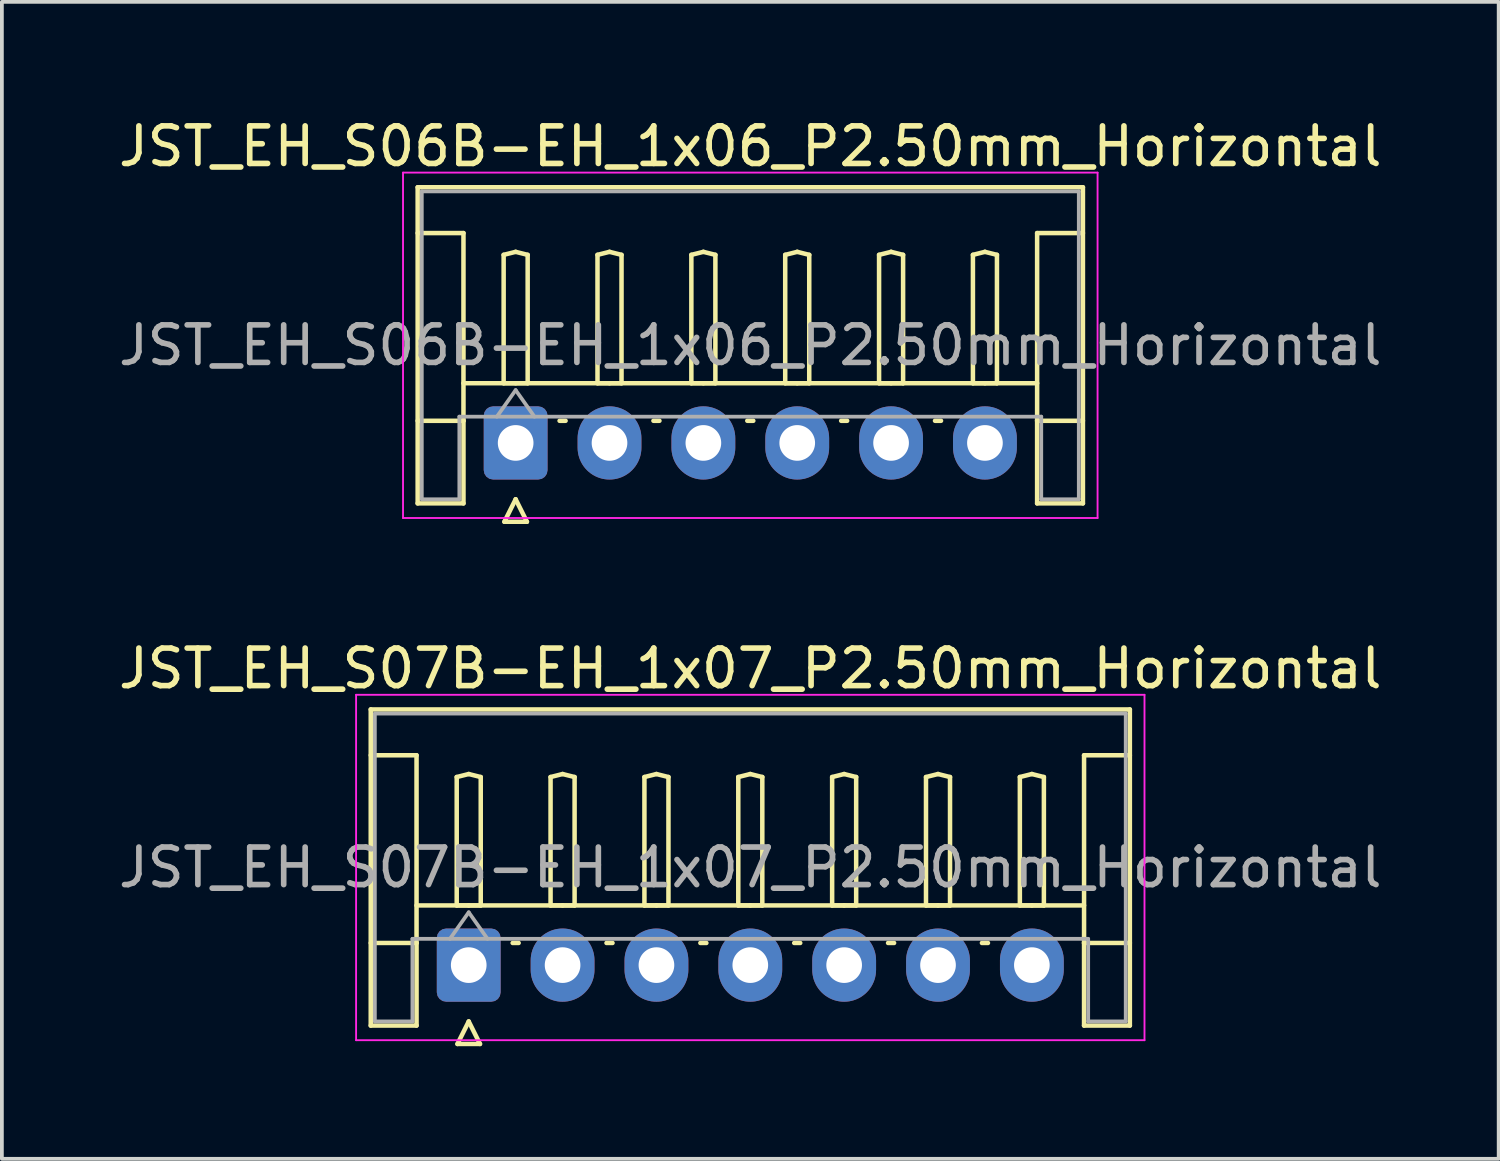
<source format=kicad_pcb>
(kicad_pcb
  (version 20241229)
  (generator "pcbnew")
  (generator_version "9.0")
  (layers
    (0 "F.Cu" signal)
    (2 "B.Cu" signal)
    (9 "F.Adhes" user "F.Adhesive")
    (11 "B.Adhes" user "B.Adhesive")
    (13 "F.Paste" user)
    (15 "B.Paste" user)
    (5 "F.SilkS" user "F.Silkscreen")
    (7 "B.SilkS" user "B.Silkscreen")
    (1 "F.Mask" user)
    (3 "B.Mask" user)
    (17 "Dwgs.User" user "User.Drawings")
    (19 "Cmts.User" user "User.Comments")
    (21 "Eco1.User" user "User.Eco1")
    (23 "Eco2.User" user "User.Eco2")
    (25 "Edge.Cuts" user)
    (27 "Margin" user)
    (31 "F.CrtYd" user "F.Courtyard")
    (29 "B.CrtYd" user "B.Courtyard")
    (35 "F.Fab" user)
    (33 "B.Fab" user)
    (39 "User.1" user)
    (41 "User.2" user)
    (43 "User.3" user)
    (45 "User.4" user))
  (footprint "JST_EH_S06B-EH_1x06_P2.50mm_Horizontal"
    (layer "F.Cu")
    (at 10.685 8.748)
    (property "Reference" "JST_EH_S06B-EH_1x06_P2.50mm_Horizontal" (at 6.25 -7.9 0) (layer "F.SilkS") (effects (font (size 1 1) (thickness 0.15))))
    (attr through_hole)
    (fp_line (start -2.61 -6.81) (end 15.11 -6.81) (stroke (width 0.12) (type solid)) (layer "F.SilkS"))
    (fp_line (start -2.61 -5.59) (end -1.39 -5.59) (stroke (width 0.12) (type solid)) (layer "F.SilkS"))
    (fp_line (start -2.61 1.61) (end -2.61 -6.81) (stroke (width 0.12) (type solid)) (layer "F.SilkS"))
    (fp_line (start -1.39 -5.59) (end -1.39 -0.59) (stroke (width 0.12) (type solid)) (layer "F.SilkS"))
    (fp_line (start -1.39 -1.59) (end 13.89 -1.59) (stroke (width 0.12) (type solid)) (layer "F.SilkS"))
    (fp_line (start -1.39 -0.59) (end -2.61 -0.59) (stroke (width 0.12) (type solid)) (layer "F.SilkS"))
    (fp_line (start -1.39 -0.59) (end -1.39 1.61) (stroke (width 0.12) (type solid)) (layer "F.SilkS"))
    (fp_line (start -1.39 1.61) (end -2.61 1.61) (stroke (width 0.12) (type solid)) (layer "F.SilkS"))
    (fp_line (start -0.32 -5.01) (end 0 -5.09) (stroke (width 0.12) (type solid)) (layer "F.SilkS"))
    (fp_line (start -0.32 -1.59) (end -0.32 -5.01) (stroke (width 0.12) (type solid)) (layer "F.SilkS"))
    (fp_line (start -0.3 2.1) (end 0.3 2.1) (stroke (width 0.12) (type solid)) (layer "F.SilkS"))
    (fp_line (start 0 -5.09) (end 0.32 -5.01) (stroke (width 0.12) (type solid)) (layer "F.SilkS"))
    (fp_line (start 0 -1.59) (end -0.32 -1.59) (stroke (width 0.12) (type solid)) (layer "F.SilkS"))
    (fp_line (start 0 1.5) (end -0.3 2.1) (stroke (width 0.12) (type solid)) (layer "F.SilkS"))
    (fp_line (start 0.3 2.1) (end 0 1.5) (stroke (width 0.12) (type solid)) (layer "F.SilkS"))
    (fp_line (start 0.32 -5.01) (end 0.32 -1.59) (stroke (width 0.12) (type solid)) (layer "F.SilkS"))
    (fp_line (start 0.32 -1.59) (end 0 -1.59) (stroke (width 0.12) (type solid)) (layer "F.SilkS"))
    (fp_line (start 1.17 -0.59) (end 1.33 -0.59) (stroke (width 0.12) (type solid)) (layer "F.SilkS"))
    (fp_line (start 2.18 -5.01) (end 2.5 -5.09) (stroke (width 0.12) (type solid)) (layer "F.SilkS"))
    (fp_line (start 2.18 -1.59) (end 2.18 -5.01) (stroke (width 0.12) (type solid)) (layer "F.SilkS"))
    (fp_line (start 2.5 -5.09) (end 2.82 -5.01) (stroke (width 0.12) (type solid)) (layer "F.SilkS"))
    (fp_line (start 2.5 -1.59) (end 2.18 -1.59) (stroke (width 0.12) (type solid)) (layer "F.SilkS"))
    (fp_line (start 2.82 -5.01) (end 2.82 -1.59) (stroke (width 0.12) (type solid)) (layer "F.SilkS"))
    (fp_line (start 2.82 -1.59) (end 2.5 -1.59) (stroke (width 0.12) (type solid)) (layer "F.SilkS"))
    (fp_line (start 3.67 -0.59) (end 3.83 -0.59) (stroke (width 0.12) (type solid)) (layer "F.SilkS"))
    (fp_line (start 4.68 -5.01) (end 5 -5.09) (stroke (width 0.12) (type solid)) (layer "F.SilkS"))
    (fp_line (start 4.68 -1.59) (end 4.68 -5.01) (stroke (width 0.12) (type solid)) (layer "F.SilkS"))
    (fp_line (start 5 -5.09) (end 5.32 -5.01) (stroke (width 0.12) (type solid)) (layer "F.SilkS"))
    (fp_line (start 5 -1.59) (end 4.68 -1.59) (stroke (width 0.12) (type solid)) (layer "F.SilkS"))
    (fp_line (start 5.32 -5.01) (end 5.32 -1.59) (stroke (width 0.12) (type solid)) (layer "F.SilkS"))
    (fp_line (start 5.32 -1.59) (end 5 -1.59) (stroke (width 0.12) (type solid)) (layer "F.SilkS"))
    (fp_line (start 6.17 -0.59) (end 6.33 -0.59) (stroke (width 0.12) (type solid)) (layer "F.SilkS"))
    (fp_line (start 7.18 -5.01) (end 7.5 -5.09) (stroke (width 0.12) (type solid)) (layer "F.SilkS"))
    (fp_line (start 7.18 -1.59) (end 7.18 -5.01) (stroke (width 0.12) (type solid)) (layer "F.SilkS"))
    (fp_line (start 7.5 -5.09) (end 7.82 -5.01) (stroke (width 0.12) (type solid)) (layer "F.SilkS"))
    (fp_line (start 7.5 -1.59) (end 7.18 -1.59) (stroke (width 0.12) (type solid)) (layer "F.SilkS"))
    (fp_line (start 7.82 -5.01) (end 7.82 -1.59) (stroke (width 0.12) (type solid)) (layer "F.SilkS"))
    (fp_line (start 7.82 -1.59) (end 7.5 -1.59) (stroke (width 0.12) (type solid)) (layer "F.SilkS"))
    (fp_line (start 8.67 -0.59) (end 8.83 -0.59) (stroke (width 0.12) (type solid)) (layer "F.SilkS"))
    (fp_line (start 9.68 -5.01) (end 10 -5.09) (stroke (width 0.12) (type solid)) (layer "F.SilkS"))
    (fp_line (start 9.68 -1.59) (end 9.68 -5.01) (stroke (width 0.12) (type solid)) (layer "F.SilkS"))
    (fp_line (start 10 -5.09) (end 10.32 -5.01) (stroke (width 0.12) (type solid)) (layer "F.SilkS"))
    (fp_line (start 10 -1.59) (end 9.68 -1.59) (stroke (width 0.12) (type solid)) (layer "F.SilkS"))
    (fp_line (start 10.32 -5.01) (end 10.32 -1.59) (stroke (width 0.12) (type solid)) (layer "F.SilkS"))
    (fp_line (start 10.32 -1.59) (end 10 -1.59) (stroke (width 0.12) (type solid)) (layer "F.SilkS"))
    (fp_line (start 11.17 -0.59) (end 11.33 -0.59) (stroke (width 0.12) (type solid)) (layer "F.SilkS"))
    (fp_line (start 12.18 -5.01) (end 12.5 -5.09) (stroke (width 0.12) (type solid)) (layer "F.SilkS"))
    (fp_line (start 12.18 -1.59) (end 12.18 -5.01) (stroke (width 0.12) (type solid)) (layer "F.SilkS"))
    (fp_line (start 12.5 -5.09) (end 12.82 -5.01) (stroke (width 0.12) (type solid)) (layer "F.SilkS"))
    (fp_line (start 12.5 -1.59) (end 12.18 -1.59) (stroke (width 0.12) (type solid)) (layer "F.SilkS"))
    (fp_line (start 12.82 -5.01) (end 12.82 -1.59) (stroke (width 0.12) (type solid)) (layer "F.SilkS"))
    (fp_line (start 12.82 -1.59) (end 12.5 -1.59) (stroke (width 0.12) (type solid)) (layer "F.SilkS"))
    (fp_line (start 13.89 -5.59) (end 13.89 -0.59) (stroke (width 0.12) (type solid)) (layer "F.SilkS"))
    (fp_line (start 13.89 -0.59) (end 15.11 -0.59) (stroke (width 0.12) (type solid)) (layer "F.SilkS"))
    (fp_line (start 13.89 1.61) (end 13.89 -0.59) (stroke (width 0.12) (type solid)) (layer "F.SilkS"))
    (fp_line (start 15.11 -6.81) (end 15.11 1.61) (stroke (width 0.12) (type solid)) (layer "F.SilkS"))
    (fp_line (start 15.11 -5.59) (end 13.89 -5.59) (stroke (width 0.12) (type solid)) (layer "F.SilkS"))
    (fp_line (start 15.11 1.61) (end 13.89 1.61) (stroke (width 0.12) (type solid)) (layer "F.SilkS"))
    (fp_line (start -3 -7.2) (end -3 2) (stroke (width 0.05) (type solid)) (layer "F.CrtYd"))
    (fp_line (start -3 2) (end 15.5 2) (stroke (width 0.05) (type solid)) (layer "F.CrtYd"))
    (fp_line (start 15.5 -7.2) (end -3 -7.2) (stroke (width 0.05) (type solid)) (layer "F.CrtYd"))
    (fp_line (start 15.5 2) (end 15.5 -7.2) (stroke (width 0.05) (type solid)) (layer "F.CrtYd"))
    (fp_line (start -2.5 -6.7) (end 15 -6.7) (stroke (width 0.1) (type solid)) (layer "F.Fab"))
    (fp_line (start -2.5 1.5) (end -2.5 -6.7) (stroke (width 0.1) (type solid)) (layer "F.Fab"))
    (fp_line (start -1.5 -0.7) (end -1.5 1.5) (stroke (width 0.1) (type solid)) (layer "F.Fab"))
    (fp_line (start -1.5 1.5) (end -2.5 1.5) (stroke (width 0.1) (type solid)) (layer "F.Fab"))
    (fp_line (start -0.5 -0.7) (end 0 -1.407) (stroke (width 0.1) (type solid)) (layer "F.Fab"))
    (fp_line (start 0 -1.407) (end 0.5 -0.7) (stroke (width 0.1) (type solid)) (layer "F.Fab"))
    (fp_line (start 14 -0.7) (end -1.5 -0.7) (stroke (width 0.1) (type solid)) (layer "F.Fab"))
    (fp_line (start 14 1.5) (end 14 -0.7) (stroke (width 0.1) (type solid)) (layer "F.Fab"))
    (fp_line (start 15 -6.7) (end 15 1.5) (stroke (width 0.1) (type solid)) (layer "F.Fab"))
    (fp_line (start 15 1.5) (end 14 1.5) (stroke (width 0.1) (type solid)) (layer "F.Fab"))
    (fp_text user "${REFERENCE}" (at 6.25 -2.6 0) (layer "F.Fab") (effects (font (size 1 1) (thickness 0.15))))
    (pad "1" thru_hole roundrect (at 0 0) (size 1.7 1.95) (drill 0.95) (layers "*.Cu" "*.Mask") (roundrect_rratio 0.147))
    (pad "2" thru_hole oval (at 2.5 0) (size 1.7 1.95) (drill 0.95) (layers "*.Cu" "*.Mask"))
    (pad "3" thru_hole oval (at 5 0) (size 1.7 1.95) (drill 0.95) (layers "*.Cu" "*.Mask"))
    (pad "4" thru_hole oval (at 7.5 0) (size 1.7 1.95) (drill 0.95) (layers "*.Cu" "*.Mask"))
    (pad "5" thru_hole oval (at 10 0) (size 1.7 1.95) (drill 0.95) (layers "*.Cu" "*.Mask"))
    (pad "6" thru_hole oval (at 12.5 0) (size 1.7 1.95) (drill 0.95) (layers "*.Cu" "*.Mask")))
  (footprint "JST_EH_S07B-EH_1x07_P2.50mm_Horizontal"
    (layer "F.Cu")
    (at 9.435 22.657)
    (property "Reference" "JST_EH_S07B-EH_1x07_P2.50mm_Horizontal" (at 7.5 -7.9 0) (layer "F.SilkS") (effects (font (size 1 1) (thickness 0.15))))
    (attr through_hole)
    (fp_line (start -2.61 -6.81) (end 17.61 -6.81) (stroke (width 0.12) (type solid)) (layer "F.SilkS"))
    (fp_line (start -2.61 -5.59) (end -1.39 -5.59) (stroke (width 0.12) (type solid)) (layer "F.SilkS"))
    (fp_line (start -2.61 1.61) (end -2.61 -6.81) (stroke (width 0.12) (type solid)) (layer "F.SilkS"))
    (fp_line (start -1.39 -5.59) (end -1.39 -0.59) (stroke (width 0.12) (type solid)) (layer "F.SilkS"))
    (fp_line (start -1.39 -1.59) (end 16.39 -1.59) (stroke (width 0.12) (type solid)) (layer "F.SilkS"))
    (fp_line (start -1.39 -0.59) (end -2.61 -0.59) (stroke (width 0.12) (type solid)) (layer "F.SilkS"))
    (fp_line (start -1.39 -0.59) (end -1.39 1.61) (stroke (width 0.12) (type solid)) (layer "F.SilkS"))
    (fp_line (start -1.39 1.61) (end -2.61 1.61) (stroke (width 0.12) (type solid)) (layer "F.SilkS"))
    (fp_line (start -0.32 -5.01) (end 0 -5.09) (stroke (width 0.12) (type solid)) (layer "F.SilkS"))
    (fp_line (start -0.32 -1.59) (end -0.32 -5.01) (stroke (width 0.12) (type solid)) (layer "F.SilkS"))
    (fp_line (start -0.3 2.1) (end 0.3 2.1) (stroke (width 0.12) (type solid)) (layer "F.SilkS"))
    (fp_line (start 0 -5.09) (end 0.32 -5.01) (stroke (width 0.12) (type solid)) (layer "F.SilkS"))
    (fp_line (start 0 -1.59) (end -0.32 -1.59) (stroke (width 0.12) (type solid)) (layer "F.SilkS"))
    (fp_line (start 0 1.5) (end -0.3 2.1) (stroke (width 0.12) (type solid)) (layer "F.SilkS"))
    (fp_line (start 0.3 2.1) (end 0 1.5) (stroke (width 0.12) (type solid)) (layer "F.SilkS"))
    (fp_line (start 0.32 -5.01) (end 0.32 -1.59) (stroke (width 0.12) (type solid)) (layer "F.SilkS"))
    (fp_line (start 0.32 -1.59) (end 0 -1.59) (stroke (width 0.12) (type solid)) (layer "F.SilkS"))
    (fp_line (start 1.17 -0.59) (end 1.33 -0.59) (stroke (width 0.12) (type solid)) (layer "F.SilkS"))
    (fp_line (start 2.18 -5.01) (end 2.5 -5.09) (stroke (width 0.12) (type solid)) (layer "F.SilkS"))
    (fp_line (start 2.18 -1.59) (end 2.18 -5.01) (stroke (width 0.12) (type solid)) (layer "F.SilkS"))
    (fp_line (start 2.5 -5.09) (end 2.82 -5.01) (stroke (width 0.12) (type solid)) (layer "F.SilkS"))
    (fp_line (start 2.5 -1.59) (end 2.18 -1.59) (stroke (width 0.12) (type solid)) (layer "F.SilkS"))
    (fp_line (start 2.82 -5.01) (end 2.82 -1.59) (stroke (width 0.12) (type solid)) (layer "F.SilkS"))
    (fp_line (start 2.82 -1.59) (end 2.5 -1.59) (stroke (width 0.12) (type solid)) (layer "F.SilkS"))
    (fp_line (start 3.67 -0.59) (end 3.83 -0.59) (stroke (width 0.12) (type solid)) (layer "F.SilkS"))
    (fp_line (start 4.68 -5.01) (end 5 -5.09) (stroke (width 0.12) (type solid)) (layer "F.SilkS"))
    (fp_line (start 4.68 -1.59) (end 4.68 -5.01) (stroke (width 0.12) (type solid)) (layer "F.SilkS"))
    (fp_line (start 5 -5.09) (end 5.32 -5.01) (stroke (width 0.12) (type solid)) (layer "F.SilkS"))
    (fp_line (start 5 -1.59) (end 4.68 -1.59) (stroke (width 0.12) (type solid)) (layer "F.SilkS"))
    (fp_line (start 5.32 -5.01) (end 5.32 -1.59) (stroke (width 0.12) (type solid)) (layer "F.SilkS"))
    (fp_line (start 5.32 -1.59) (end 5 -1.59) (stroke (width 0.12) (type solid)) (layer "F.SilkS"))
    (fp_line (start 6.17 -0.59) (end 6.33 -0.59) (stroke (width 0.12) (type solid)) (layer "F.SilkS"))
    (fp_line (start 7.18 -5.01) (end 7.5 -5.09) (stroke (width 0.12) (type solid)) (layer "F.SilkS"))
    (fp_line (start 7.18 -1.59) (end 7.18 -5.01) (stroke (width 0.12) (type solid)) (layer "F.SilkS"))
    (fp_line (start 7.5 -5.09) (end 7.82 -5.01) (stroke (width 0.12) (type solid)) (layer "F.SilkS"))
    (fp_line (start 7.5 -1.59) (end 7.18 -1.59) (stroke (width 0.12) (type solid)) (layer "F.SilkS"))
    (fp_line (start 7.82 -5.01) (end 7.82 -1.59) (stroke (width 0.12) (type solid)) (layer "F.SilkS"))
    (fp_line (start 7.82 -1.59) (end 7.5 -1.59) (stroke (width 0.12) (type solid)) (layer "F.SilkS"))
    (fp_line (start 8.67 -0.59) (end 8.83 -0.59) (stroke (width 0.12) (type solid)) (layer "F.SilkS"))
    (fp_line (start 9.68 -5.01) (end 10 -5.09) (stroke (width 0.12) (type solid)) (layer "F.SilkS"))
    (fp_line (start 9.68 -1.59) (end 9.68 -5.01) (stroke (width 0.12) (type solid)) (layer "F.SilkS"))
    (fp_line (start 10 -5.09) (end 10.32 -5.01) (stroke (width 0.12) (type solid)) (layer "F.SilkS"))
    (fp_line (start 10 -1.59) (end 9.68 -1.59) (stroke (width 0.12) (type solid)) (layer "F.SilkS"))
    (fp_line (start 10.32 -5.01) (end 10.32 -1.59) (stroke (width 0.12) (type solid)) (layer "F.SilkS"))
    (fp_line (start 10.32 -1.59) (end 10 -1.59) (stroke (width 0.12) (type solid)) (layer "F.SilkS"))
    (fp_line (start 11.17 -0.59) (end 11.33 -0.59) (stroke (width 0.12) (type solid)) (layer "F.SilkS"))
    (fp_line (start 12.18 -5.01) (end 12.5 -5.09) (stroke (width 0.12) (type solid)) (layer "F.SilkS"))
    (fp_line (start 12.18 -1.59) (end 12.18 -5.01) (stroke (width 0.12) (type solid)) (layer "F.SilkS"))
    (fp_line (start 12.5 -5.09) (end 12.82 -5.01) (stroke (width 0.12) (type solid)) (layer "F.SilkS"))
    (fp_line (start 12.5 -1.59) (end 12.18 -1.59) (stroke (width 0.12) (type solid)) (layer "F.SilkS"))
    (fp_line (start 12.82 -5.01) (end 12.82 -1.59) (stroke (width 0.12) (type solid)) (layer "F.SilkS"))
    (fp_line (start 12.82 -1.59) (end 12.5 -1.59) (stroke (width 0.12) (type solid)) (layer "F.SilkS"))
    (fp_line (start 13.67 -0.59) (end 13.83 -0.59) (stroke (width 0.12) (type solid)) (layer "F.SilkS"))
    (fp_line (start 14.68 -5.01) (end 15 -5.09) (stroke (width 0.12) (type solid)) (layer "F.SilkS"))
    (fp_line (start 14.68 -1.59) (end 14.68 -5.01) (stroke (width 0.12) (type solid)) (layer "F.SilkS"))
    (fp_line (start 15 -5.09) (end 15.32 -5.01) (stroke (width 0.12) (type solid)) (layer "F.SilkS"))
    (fp_line (start 15 -1.59) (end 14.68 -1.59) (stroke (width 0.12) (type solid)) (layer "F.SilkS"))
    (fp_line (start 15.32 -5.01) (end 15.32 -1.59) (stroke (width 0.12) (type solid)) (layer "F.SilkS"))
    (fp_line (start 15.32 -1.59) (end 15 -1.59) (stroke (width 0.12) (type solid)) (layer "F.SilkS"))
    (fp_line (start 16.39 -5.59) (end 16.39 -0.59) (stroke (width 0.12) (type solid)) (layer "F.SilkS"))
    (fp_line (start 16.39 -0.59) (end 17.61 -0.59) (stroke (width 0.12) (type solid)) (layer "F.SilkS"))
    (fp_line (start 16.39 1.61) (end 16.39 -0.59) (stroke (width 0.12) (type solid)) (layer "F.SilkS"))
    (fp_line (start 17.61 -6.81) (end 17.61 1.61) (stroke (width 0.12) (type solid)) (layer "F.SilkS"))
    (fp_line (start 17.61 -5.59) (end 16.39 -5.59) (stroke (width 0.12) (type solid)) (layer "F.SilkS"))
    (fp_line (start 17.61 1.61) (end 16.39 1.61) (stroke (width 0.12) (type solid)) (layer "F.SilkS"))
    (fp_line (start -3 -7.2) (end -3 2) (stroke (width 0.05) (type solid)) (layer "F.CrtYd"))
    (fp_line (start -3 2) (end 18 2) (stroke (width 0.05) (type solid)) (layer "F.CrtYd"))
    (fp_line (start 18 -7.2) (end -3 -7.2) (stroke (width 0.05) (type solid)) (layer "F.CrtYd"))
    (fp_line (start 18 2) (end 18 -7.2) (stroke (width 0.05) (type solid)) (layer "F.CrtYd"))
    (fp_line (start -2.5 -6.7) (end 17.5 -6.7) (stroke (width 0.1) (type solid)) (layer "F.Fab"))
    (fp_line (start -2.5 1.5) (end -2.5 -6.7) (stroke (width 0.1) (type solid)) (layer "F.Fab"))
    (fp_line (start -1.5 -0.7) (end -1.5 1.5) (stroke (width 0.1) (type solid)) (layer "F.Fab"))
    (fp_line (start -1.5 1.5) (end -2.5 1.5) (stroke (width 0.1) (type solid)) (layer "F.Fab"))
    (fp_line (start -0.5 -0.7) (end 0 -1.407) (stroke (width 0.1) (type solid)) (layer "F.Fab"))
    (fp_line (start 0 -1.407) (end 0.5 -0.7) (stroke (width 0.1) (type solid)) (layer "F.Fab"))
    (fp_line (start 16.5 -0.7) (end -1.5 -0.7) (stroke (width 0.1) (type solid)) (layer "F.Fab"))
    (fp_line (start 16.5 1.5) (end 16.5 -0.7) (stroke (width 0.1) (type solid)) (layer "F.Fab"))
    (fp_line (start 17.5 -6.7) (end 17.5 1.5) (stroke (width 0.1) (type solid)) (layer "F.Fab"))
    (fp_line (start 17.5 1.5) (end 16.5 1.5) (stroke (width 0.1) (type solid)) (layer "F.Fab"))
    (fp_text user "${REFERENCE}" (at 7.5 -2.6 0) (layer "F.Fab") (effects (font (size 1 1) (thickness 0.15))))
    (pad "1" thru_hole roundrect (at 0 0) (size 1.7 1.95) (drill 0.95) (layers "*.Cu" "*.Mask") (roundrect_rratio 0.147))
    (pad "2" thru_hole oval (at 2.5 0) (size 1.7 1.95) (drill 0.95) (layers "*.Cu" "*.Mask"))
    (pad "3" thru_hole oval (at 5 0) (size 1.7 1.95) (drill 0.95) (layers "*.Cu" "*.Mask"))
    (pad "4" thru_hole oval (at 7.5 0) (size 1.7 1.95) (drill 0.95) (layers "*.Cu" "*.Mask"))
    (pad "5" thru_hole oval (at 10 0) (size 1.7 1.95) (drill 0.95) (layers "*.Cu" "*.Mask"))
    (pad "6" thru_hole oval (at 12.5 0) (size 1.7 1.95) (drill 0.95) (layers "*.Cu" "*.Mask"))
    (pad "7" thru_hole oval (at 15 0) (size 1.7 1.95) (drill 0.95) (layers "*.Cu" "*.Mask")))
  (gr_rect
    (start -3 -3)
    (end 36.869 27.817)
    (stroke (width 0.1) (type default))
    (fill no)
    (layer "Edge.Cuts")))
</source>
